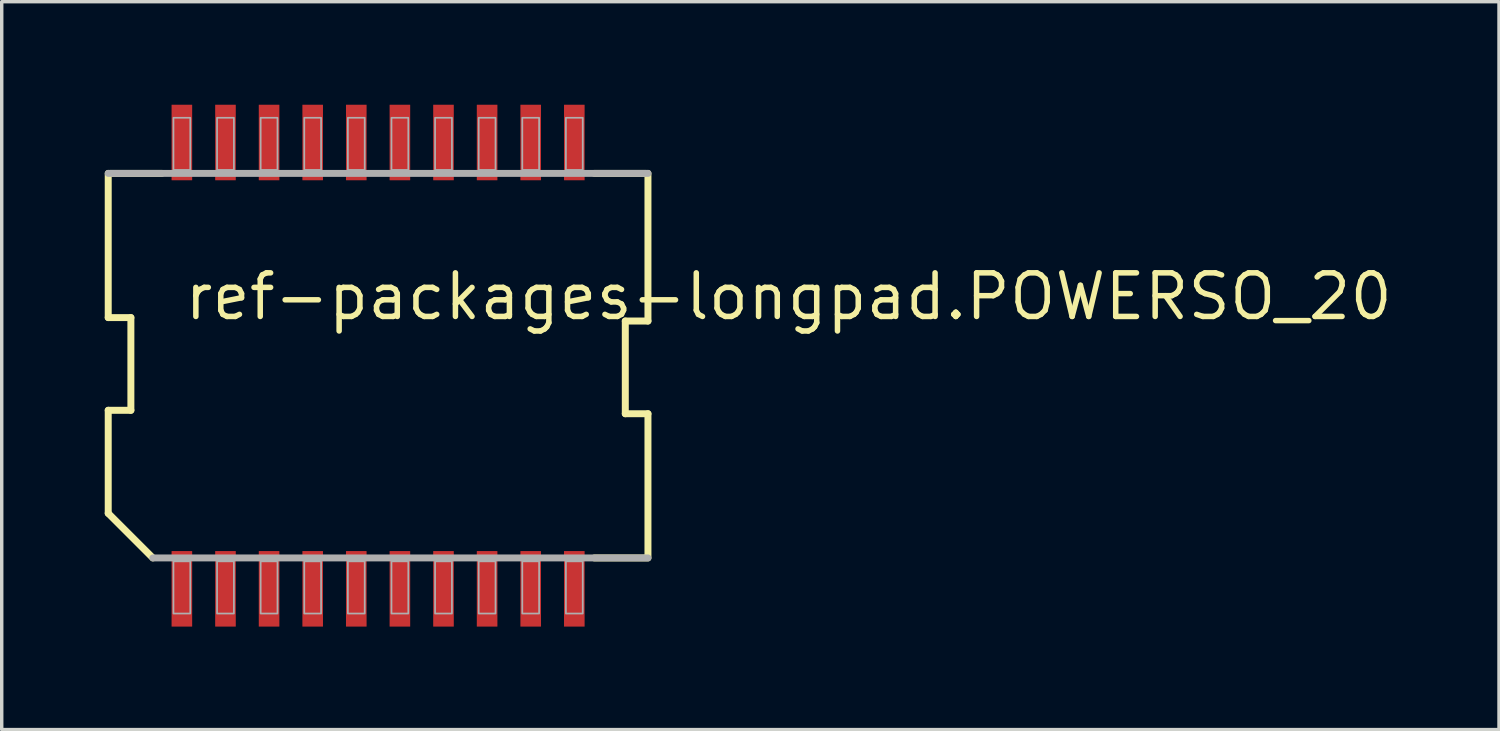
<source format=kicad_pcb>
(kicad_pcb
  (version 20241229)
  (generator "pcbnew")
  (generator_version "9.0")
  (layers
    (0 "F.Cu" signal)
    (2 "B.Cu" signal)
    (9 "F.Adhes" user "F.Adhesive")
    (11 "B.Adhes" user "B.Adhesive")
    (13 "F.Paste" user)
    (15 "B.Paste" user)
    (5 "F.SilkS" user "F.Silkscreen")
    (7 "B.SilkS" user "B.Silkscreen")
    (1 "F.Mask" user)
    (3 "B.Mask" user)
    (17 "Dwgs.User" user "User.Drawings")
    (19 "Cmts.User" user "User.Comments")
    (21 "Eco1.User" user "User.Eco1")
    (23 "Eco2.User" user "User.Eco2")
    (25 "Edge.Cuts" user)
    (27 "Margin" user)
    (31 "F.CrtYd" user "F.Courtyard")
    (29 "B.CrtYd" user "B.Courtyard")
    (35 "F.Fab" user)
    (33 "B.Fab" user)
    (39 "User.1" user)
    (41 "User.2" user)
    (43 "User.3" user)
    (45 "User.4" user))
  (footprint "ref-packages-longpad.POWERSO_20"
    (layer "F.Cu")
    (at 7.962 7.6)
    (property "Reference" "ref-packages-longpad.POWERSO_20" (at -5.715 -1.27 0) (layer "F.SilkS") (effects (font (size 1.27 1.27) (thickness 0.16)) (justify left bottom)))
    (attr smd)
    (fp_line (start -7.86 -1.4) (end -7.86 -5.6) (stroke (width 0.203) (type default)) (layer "F.SilkS"))
    (fp_line (start -7.86 1.3) (end -7.2 1.3) (stroke (width 0.203) (type default)) (layer "F.SilkS"))
    (fp_line (start -7.86 4.3) (end -7.86 1.3) (stroke (width 0.203) (type default)) (layer "F.SilkS"))
    (fp_line (start -7.8 -5.6) (end -6.3 -5.6) (stroke (width 0.203) (type default)) (layer "F.SilkS"))
    (fp_line (start -7.2 -1.4) (end -7.86 -1.4) (stroke (width 0.203) (type default)) (layer "F.SilkS"))
    (fp_line (start -7.2 1.3) (end -7.2 -1.4) (stroke (width 0.203) (type default)) (layer "F.SilkS"))
    (fp_line (start -6.56 5.6) (end -7.86 4.3) (stroke (width 0.203) (type default)) (layer "F.SilkS"))
    (fp_line (start 7.2 -1.3) (end 7.2 1.4) (stroke (width 0.203) (type default)) (layer "F.SilkS"))
    (fp_line (start 7.2 1.4) (end 7.86 1.4) (stroke (width 0.203) (type default)) (layer "F.SilkS"))
    (fp_line (start 7.8 -5.6) (end 6.3 -5.6) (stroke (width 0.203) (type default)) (layer "F.SilkS"))
    (fp_line (start 7.8 5.6) (end 6.3 5.6) (stroke (width 0.203) (type default)) (layer "F.SilkS"))
    (fp_line (start 7.86 -5.6) (end 7.86 -1.3) (stroke (width 0.203) (type default)) (layer "F.SilkS"))
    (fp_line (start 7.86 -1.3) (end 7.2 -1.3) (stroke (width 0.203) (type default)) (layer "F.SilkS"))
    (fp_line (start 7.86 1.4) (end 7.86 5.6) (stroke (width 0.203) (type default)) (layer "F.SilkS"))
    (fp_line (start -7.86 -5.6) (end 7.86 -5.6) (stroke (width 0.203) (type default)) (layer "F.Fab"))
    (fp_line (start 7.86 5.6) (end -6.56 5.6) (stroke (width 0.203) (type default)) (layer "F.Fab"))
    (fp_rect (start -5.96 -5.7) (end -5.47 -7.22) (stroke (width 0.05) (type default)) (fill no) (layer "F.Fab"))
    (fp_rect (start -5.96 7.22) (end -5.47 5.7) (stroke (width 0.05) (type default)) (fill no) (layer "F.Fab"))
    (fp_rect (start -4.69 -5.7) (end -4.2 -7.22) (stroke (width 0.05) (type default)) (fill no) (layer "F.Fab"))
    (fp_rect (start -4.69 7.22) (end -4.2 5.7) (stroke (width 0.05) (type default)) (fill no) (layer "F.Fab"))
    (fp_rect (start -3.42 -5.7) (end -2.93 -7.22) (stroke (width 0.05) (type default)) (fill no) (layer "F.Fab"))
    (fp_rect (start -3.42 7.22) (end -2.93 5.7) (stroke (width 0.05) (type default)) (fill no) (layer "F.Fab"))
    (fp_rect (start -2.15 -5.7) (end -1.66 -7.22) (stroke (width 0.05) (type default)) (fill no) (layer "F.Fab"))
    (fp_rect (start -2.15 7.22) (end -1.66 5.7) (stroke (width 0.05) (type default)) (fill no) (layer "F.Fab"))
    (fp_rect (start -0.88 -5.7) (end -0.39 -7.22) (stroke (width 0.05) (type default)) (fill no) (layer "F.Fab"))
    (fp_rect (start -0.88 7.22) (end -0.39 5.7) (stroke (width 0.05) (type default)) (fill no) (layer "F.Fab"))
    (fp_rect (start 0.39 -5.7) (end 0.88 -7.22) (stroke (width 0.05) (type default)) (fill no) (layer "F.Fab"))
    (fp_rect (start 0.39 7.22) (end 0.88 5.7) (stroke (width 0.05) (type default)) (fill no) (layer "F.Fab"))
    (fp_rect (start 1.66 -5.7) (end 2.15 -7.22) (stroke (width 0.05) (type default)) (fill no) (layer "F.Fab"))
    (fp_rect (start 1.66 7.22) (end 2.15 5.7) (stroke (width 0.05) (type default)) (fill no) (layer "F.Fab"))
    (fp_rect (start 2.93 -5.7) (end 3.42 -7.22) (stroke (width 0.05) (type default)) (fill no) (layer "F.Fab"))
    (fp_rect (start 2.93 7.22) (end 3.42 5.7) (stroke (width 0.05) (type default)) (fill no) (layer "F.Fab"))
    (fp_rect (start 4.2 -5.7) (end 4.69 -7.22) (stroke (width 0.05) (type default)) (fill no) (layer "F.Fab"))
    (fp_rect (start 4.2 7.22) (end 4.69 5.7) (stroke (width 0.05) (type default)) (fill no) (layer "F.Fab"))
    (fp_rect (start 5.47 -5.7) (end 5.96 -7.22) (stroke (width 0.05) (type default)) (fill no) (layer "F.Fab"))
    (fp_rect (start 5.47 7.22) (end 5.96 5.7) (stroke (width 0.05) (type default)) (fill no) (layer "F.Fab"))
    (pad "1" smd roundrect (at -5.715 6.5) (size 0.6 2.2) (layers "F.Cu" "F.Mask" "F.Paste") (roundrect_rratio 0.01))
    (pad "2" smd roundrect (at -4.445 6.5) (size 0.6 2.2) (layers "F.Cu" "F.Mask" "F.Paste") (roundrect_rratio 0.01))
    (pad "3" smd roundrect (at -3.175 6.5) (size 0.6 2.2) (layers "F.Cu" "F.Mask" "F.Paste") (roundrect_rratio 0.01))
    (pad "4" smd roundrect (at -1.905 6.5) (size 0.6 2.2) (layers "F.Cu" "F.Mask" "F.Paste") (roundrect_rratio 0.01))
    (pad "5" smd roundrect (at -0.635 6.5) (size 0.6 2.2) (layers "F.Cu" "F.Mask" "F.Paste") (roundrect_rratio 0.01))
    (pad "6" smd roundrect (at 0.635 6.5) (size 0.6 2.2) (layers "F.Cu" "F.Mask" "F.Paste") (roundrect_rratio 0.01))
    (pad "7" smd roundrect (at 1.905 6.5) (size 0.6 2.2) (layers "F.Cu" "F.Mask" "F.Paste") (roundrect_rratio 0.01))
    (pad "8" smd roundrect (at 3.175 6.5) (size 0.6 2.2) (layers "F.Cu" "F.Mask" "F.Paste") (roundrect_rratio 0.01))
    (pad "9" smd roundrect (at 4.445 6.5) (size 0.6 2.2) (layers "F.Cu" "F.Mask" "F.Paste") (roundrect_rratio 0.01))
    (pad "10" smd roundrect (at 5.715 6.5) (size 0.6 2.2) (layers "F.Cu" "F.Mask" "F.Paste") (roundrect_rratio 0.01))
    (pad "11" smd roundrect (at 5.715 -6.5) (size 0.6 2.2) (layers "F.Cu" "F.Mask" "F.Paste") (roundrect_rratio 0.01))
    (pad "12" smd roundrect (at 4.445 -6.5) (size 0.6 2.2) (layers "F.Cu" "F.Mask" "F.Paste") (roundrect_rratio 0.01))
    (pad "13" smd roundrect (at 3.175 -6.5) (size 0.6 2.2) (layers "F.Cu" "F.Mask" "F.Paste") (roundrect_rratio 0.01))
    (pad "14" smd roundrect (at 1.905 -6.5) (size 0.6 2.2) (layers "F.Cu" "F.Mask" "F.Paste") (roundrect_rratio 0.01))
    (pad "15" smd roundrect (at 0.635 -6.5) (size 0.6 2.2) (layers "F.Cu" "F.Mask" "F.Paste") (roundrect_rratio 0.01))
    (pad "16" smd roundrect (at -0.635 -6.5) (size 0.6 2.2) (layers "F.Cu" "F.Mask" "F.Paste") (roundrect_rratio 0.01))
    (pad "17" smd roundrect (at -1.905 -6.5) (size 0.6 2.2) (layers "F.Cu" "F.Mask" "F.Paste") (roundrect_rratio 0.01))
    (pad "18" smd roundrect (at -3.175 -6.5) (size 0.6 2.2) (layers "F.Cu" "F.Mask" "F.Paste") (roundrect_rratio 0.01))
    (pad "19" smd roundrect (at -4.445 -6.5) (size 0.6 2.2) (layers "F.Cu" "F.Mask" "F.Paste") (roundrect_rratio 0.01))
    (pad "20" smd roundrect (at -5.715 -6.5) (size 0.6 2.2) (layers "F.Cu" "F.Mask" "F.Paste") (roundrect_rratio 0.01)))
  (gr_rect
    (start -3 -3)
    (end 40.609 18.2)
    (stroke (width 0.1) (type default))
    (fill no)
    (layer "Edge.Cuts")))
</source>
